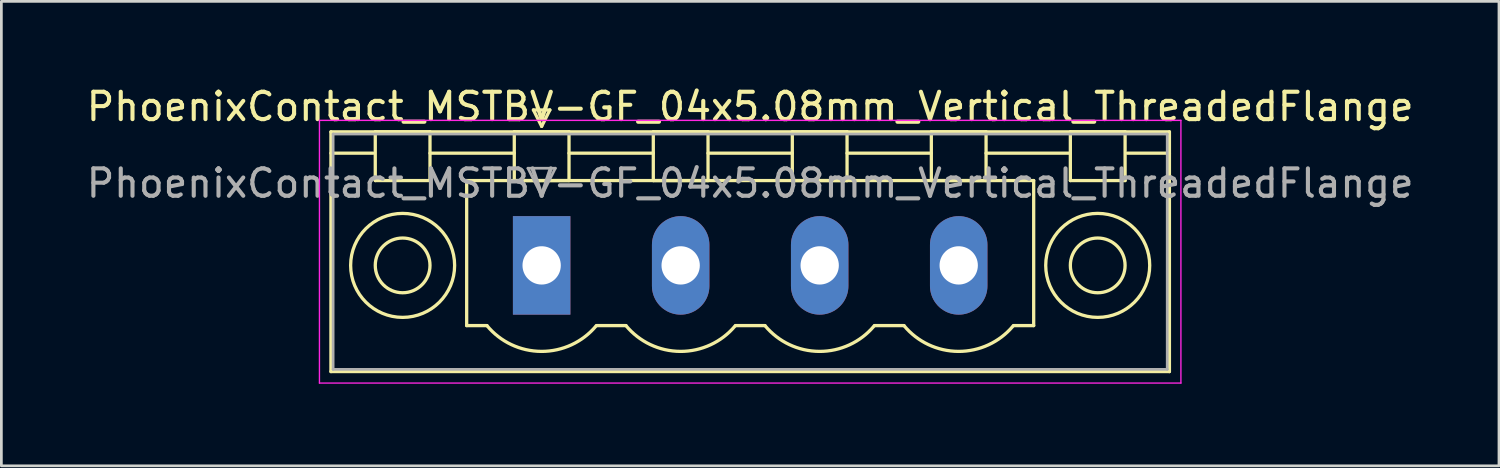
<source format=kicad_pcb>
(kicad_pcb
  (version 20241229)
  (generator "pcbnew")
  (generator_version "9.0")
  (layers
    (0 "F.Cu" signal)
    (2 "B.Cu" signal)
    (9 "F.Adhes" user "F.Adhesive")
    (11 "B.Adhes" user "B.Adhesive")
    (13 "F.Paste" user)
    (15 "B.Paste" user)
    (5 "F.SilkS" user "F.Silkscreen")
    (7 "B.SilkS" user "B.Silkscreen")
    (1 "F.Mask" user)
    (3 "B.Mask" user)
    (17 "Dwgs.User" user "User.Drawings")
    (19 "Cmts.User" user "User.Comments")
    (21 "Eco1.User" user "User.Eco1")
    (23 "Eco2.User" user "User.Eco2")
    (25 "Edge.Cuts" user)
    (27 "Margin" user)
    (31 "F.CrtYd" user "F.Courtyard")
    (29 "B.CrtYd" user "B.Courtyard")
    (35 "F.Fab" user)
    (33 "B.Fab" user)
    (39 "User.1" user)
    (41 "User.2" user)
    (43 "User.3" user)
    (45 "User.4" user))
  (footprint "PhoenixContact_MSTBV-GF_04x5.08mm_Vertical_ThreadedFlange"
    (layer "F.Cu")
    (at 16.743 6.648)
    (property "Reference" "PhoenixContact_MSTBV-GF_04x5.08mm_Vertical_ThreadedFlange" (at 7.62 -5.8 0) (layer "F.SilkS") (effects (font (size 1 1) (thickness 0.15))))
    (attr through_hole)
    (fp_line (start -7.7 -4.88) (end -7.7 3.88) (stroke (width 0.12) (type solid)) (layer "F.SilkS"))
    (fp_line (start -7.7 -4.1) (end -6.16 -4.1) (stroke (width 0.12) (type solid)) (layer "F.SilkS"))
    (fp_line (start -7.7 3.88) (end 22.94 3.88) (stroke (width 0.12) (type solid)) (layer "F.SilkS"))
    (fp_line (start -6.08 -4.88) (end -4.08 -4.88) (stroke (width 0.12) (type solid)) (layer "F.SilkS"))
    (fp_line (start -6.08 -3.1) (end -6.08 -4.88) (stroke (width 0.12) (type solid)) (layer "F.SilkS"))
    (fp_line (start -4.08 -4.88) (end -4.08 -3.1) (stroke (width 0.12) (type solid)) (layer "F.SilkS"))
    (fp_line (start -4.08 -4.1) (end -1 -4.1) (stroke (width 0.12) (type solid)) (layer "F.SilkS"))
    (fp_line (start -4.08 -3.1) (end -6.08 -3.1) (stroke (width 0.12) (type solid)) (layer "F.SilkS"))
    (fp_line (start -2.74 -3.1) (end 17.98 -3.1) (stroke (width 0.12) (type solid)) (layer "F.SilkS"))
    (fp_line (start -2.74 2.2) (end -2.74 -3.1) (stroke (width 0.12) (type solid)) (layer "F.SilkS"))
    (fp_line (start -2 2.2) (end -2.74 2.2) (stroke (width 0.12) (type solid)) (layer "F.SilkS"))
    (fp_line (start -1 -4.88) (end 1 -4.88) (stroke (width 0.12) (type solid)) (layer "F.SilkS"))
    (fp_line (start -1 -3.1) (end -1 -4.88) (stroke (width 0.12) (type solid)) (layer "F.SilkS"))
    (fp_line (start -0.3 -5.68) (end 0.3 -5.68) (stroke (width 0.12) (type solid)) (layer "F.SilkS"))
    (fp_line (start 0 -5.08) (end -0.3 -5.68) (stroke (width 0.12) (type solid)) (layer "F.SilkS"))
    (fp_line (start 0.3 -5.68) (end 0 -5.08) (stroke (width 0.12) (type solid)) (layer "F.SilkS"))
    (fp_line (start 1 -4.88) (end 1 -3.1) (stroke (width 0.12) (type solid)) (layer "F.SilkS"))
    (fp_line (start 1 -4.1) (end 4.08 -4.1) (stroke (width 0.12) (type solid)) (layer "F.SilkS"))
    (fp_line (start 1 -3.1) (end -1 -3.1) (stroke (width 0.12) (type solid)) (layer "F.SilkS"))
    (fp_line (start 2 2.2) (end 3.08 2.2) (stroke (width 0.12) (type solid)) (layer "F.SilkS"))
    (fp_line (start 4.08 -4.88) (end 6.08 -4.88) (stroke (width 0.12) (type solid)) (layer "F.SilkS"))
    (fp_line (start 4.08 -3.1) (end 4.08 -4.88) (stroke (width 0.12) (type solid)) (layer "F.SilkS"))
    (fp_line (start 6.08 -4.88) (end 6.08 -3.1) (stroke (width 0.12) (type solid)) (layer "F.SilkS"))
    (fp_line (start 6.08 -4.1) (end 9.16 -4.1) (stroke (width 0.12) (type solid)) (layer "F.SilkS"))
    (fp_line (start 6.08 -3.1) (end 4.08 -3.1) (stroke (width 0.12) (type solid)) (layer "F.SilkS"))
    (fp_line (start 7.08 2.2) (end 8.16 2.2) (stroke (width 0.12) (type solid)) (layer "F.SilkS"))
    (fp_line (start 9.16 -4.88) (end 11.16 -4.88) (stroke (width 0.12) (type solid)) (layer "F.SilkS"))
    (fp_line (start 9.16 -3.1) (end 9.16 -4.88) (stroke (width 0.12) (type solid)) (layer "F.SilkS"))
    (fp_line (start 11.16 -4.88) (end 11.16 -3.1) (stroke (width 0.12) (type solid)) (layer "F.SilkS"))
    (fp_line (start 11.16 -4.1) (end 14.24 -4.1) (stroke (width 0.12) (type solid)) (layer "F.SilkS"))
    (fp_line (start 11.16 -3.1) (end 9.16 -3.1) (stroke (width 0.12) (type solid)) (layer "F.SilkS"))
    (fp_line (start 12.16 2.2) (end 13.24 2.2) (stroke (width 0.12) (type solid)) (layer "F.SilkS"))
    (fp_line (start 14.24 -4.88) (end 16.24 -4.88) (stroke (width 0.12) (type solid)) (layer "F.SilkS"))
    (fp_line (start 14.24 -3.1) (end 14.24 -4.88) (stroke (width 0.12) (type solid)) (layer "F.SilkS"))
    (fp_line (start 16.24 -4.88) (end 16.24 -3.1) (stroke (width 0.12) (type solid)) (layer "F.SilkS"))
    (fp_line (start 16.24 -4.1) (end 19.32 -4.1) (stroke (width 0.12) (type solid)) (layer "F.SilkS"))
    (fp_line (start 16.24 -3.1) (end 14.24 -3.1) (stroke (width 0.12) (type solid)) (layer "F.SilkS"))
    (fp_line (start 17.98 -3.1) (end 17.98 2.2) (stroke (width 0.12) (type solid)) (layer "F.SilkS"))
    (fp_line (start 17.98 2.2) (end 17.24 2.2) (stroke (width 0.12) (type solid)) (layer "F.SilkS"))
    (fp_line (start 19.32 -4.88) (end 21.32 -4.88) (stroke (width 0.12) (type solid)) (layer "F.SilkS"))
    (fp_line (start 19.32 -3.1) (end 19.32 -4.88) (stroke (width 0.12) (type solid)) (layer "F.SilkS"))
    (fp_line (start 21.32 -4.88) (end 21.32 -3.1) (stroke (width 0.12) (type solid)) (layer "F.SilkS"))
    (fp_line (start 21.32 -3.1) (end 19.32 -3.1) (stroke (width 0.12) (type solid)) (layer "F.SilkS"))
    (fp_line (start 22.94 -4.88) (end -7.7 -4.88) (stroke (width 0.12) (type solid)) (layer "F.SilkS"))
    (fp_line (start 22.94 -4.1) (end 21.4 -4.1) (stroke (width 0.12) (type solid)) (layer "F.SilkS"))
    (fp_line (start 22.94 3.88) (end 22.94 -4.88) (stroke (width 0.12) (type solid)) (layer "F.SilkS"))
    (fp_arc (start 1.986842 2.215821) (mid -0.010289 3.142758) (end -2 2.2) (stroke (width 0.12) (type solid)) (layer "F.SilkS"))
    (fp_arc (start 7.066842 2.215821) (mid 5.069711 3.142758) (end 3.08 2.2) (stroke (width 0.12) (type solid)) (layer "F.SilkS"))
    (fp_arc (start 12.146842 2.215821) (mid 10.149711 3.142758) (end 8.16 2.2) (stroke (width 0.12) (type solid)) (layer "F.SilkS"))
    (fp_arc (start 17.226842 2.215821) (mid 15.229711 3.142758) (end 13.24 2.2) (stroke (width 0.12) (type solid)) (layer "F.SilkS"))
    (fp_circle (center -5.08 0) (end -4.08 0) (stroke (width 0.12) (type solid)) (fill no) (layer "F.SilkS"))
    (fp_circle (center -5.08 0) (end -3.18 0) (stroke (width 0.12) (type solid)) (fill no) (layer "F.SilkS"))
    (fp_circle (center 20.32 0) (end 21.32 0) (stroke (width 0.12) (type solid)) (fill no) (layer "F.SilkS"))
    (fp_circle (center 20.32 0) (end 22.22 0) (stroke (width 0.12) (type solid)) (fill no) (layer "F.SilkS"))
    (fp_line (start -8.12 -5.3) (end -8.12 4.3) (stroke (width 0.05) (type solid)) (layer "F.CrtYd"))
    (fp_line (start -8.12 4.3) (end 23.36 4.3) (stroke (width 0.05) (type solid)) (layer "F.CrtYd"))
    (fp_line (start 23.36 -5.3) (end -8.12 -5.3) (stroke (width 0.05) (type solid)) (layer "F.CrtYd"))
    (fp_line (start 23.36 4.3) (end 23.36 -5.3) (stroke (width 0.05) (type solid)) (layer "F.CrtYd"))
    (fp_line (start -7.62 -4.8) (end -7.62 3.8) (stroke (width 0.1) (type solid)) (layer "F.Fab"))
    (fp_line (start -7.62 3.8) (end 22.86 3.8) (stroke (width 0.1) (type solid)) (layer "F.Fab"))
    (fp_line (start -0.5 -3.55) (end 0.5 -3.55) (stroke (width 0.1) (type solid)) (layer "F.Fab"))
    (fp_line (start 0 -2.55) (end -0.5 -3.55) (stroke (width 0.1) (type solid)) (layer "F.Fab"))
    (fp_line (start 0.5 -3.55) (end 0 -2.55) (stroke (width 0.1) (type solid)) (layer "F.Fab"))
    (fp_line (start 22.86 -4.8) (end -7.62 -4.8) (stroke (width 0.1) (type solid)) (layer "F.Fab"))
    (fp_line (start 22.86 3.8) (end 22.86 -4.8) (stroke (width 0.1) (type solid)) (layer "F.Fab"))
    (fp_text user "${REFERENCE}" (at 7.62 -3 0) (layer "F.Fab") (effects (font (size 1 1) (thickness 0.15))))
    (pad "1" thru_hole rect (at 0 0) (size 2.1 3.6) (drill 1.4) (layers "*.Cu" "*.Mask"))
    (pad "2" thru_hole oval (at 5.08 0) (size 2.1 3.6) (drill 1.4) (layers "*.Cu" "*.Mask"))
    (pad "3" thru_hole oval (at 10.16 0) (size 2.1 3.6) (drill 1.4) (layers "*.Cu" "*.Mask"))
    (pad "4" thru_hole oval (at 15.24 0) (size 2.1 3.6) (drill 1.4) (layers "*.Cu" "*.Mask")))
  (gr_rect
    (start -3 -3)
    (end 51.726 13.973)
    (stroke (width 0.1) (type default))
    (fill no)
    (layer "Edge.Cuts")))
</source>
